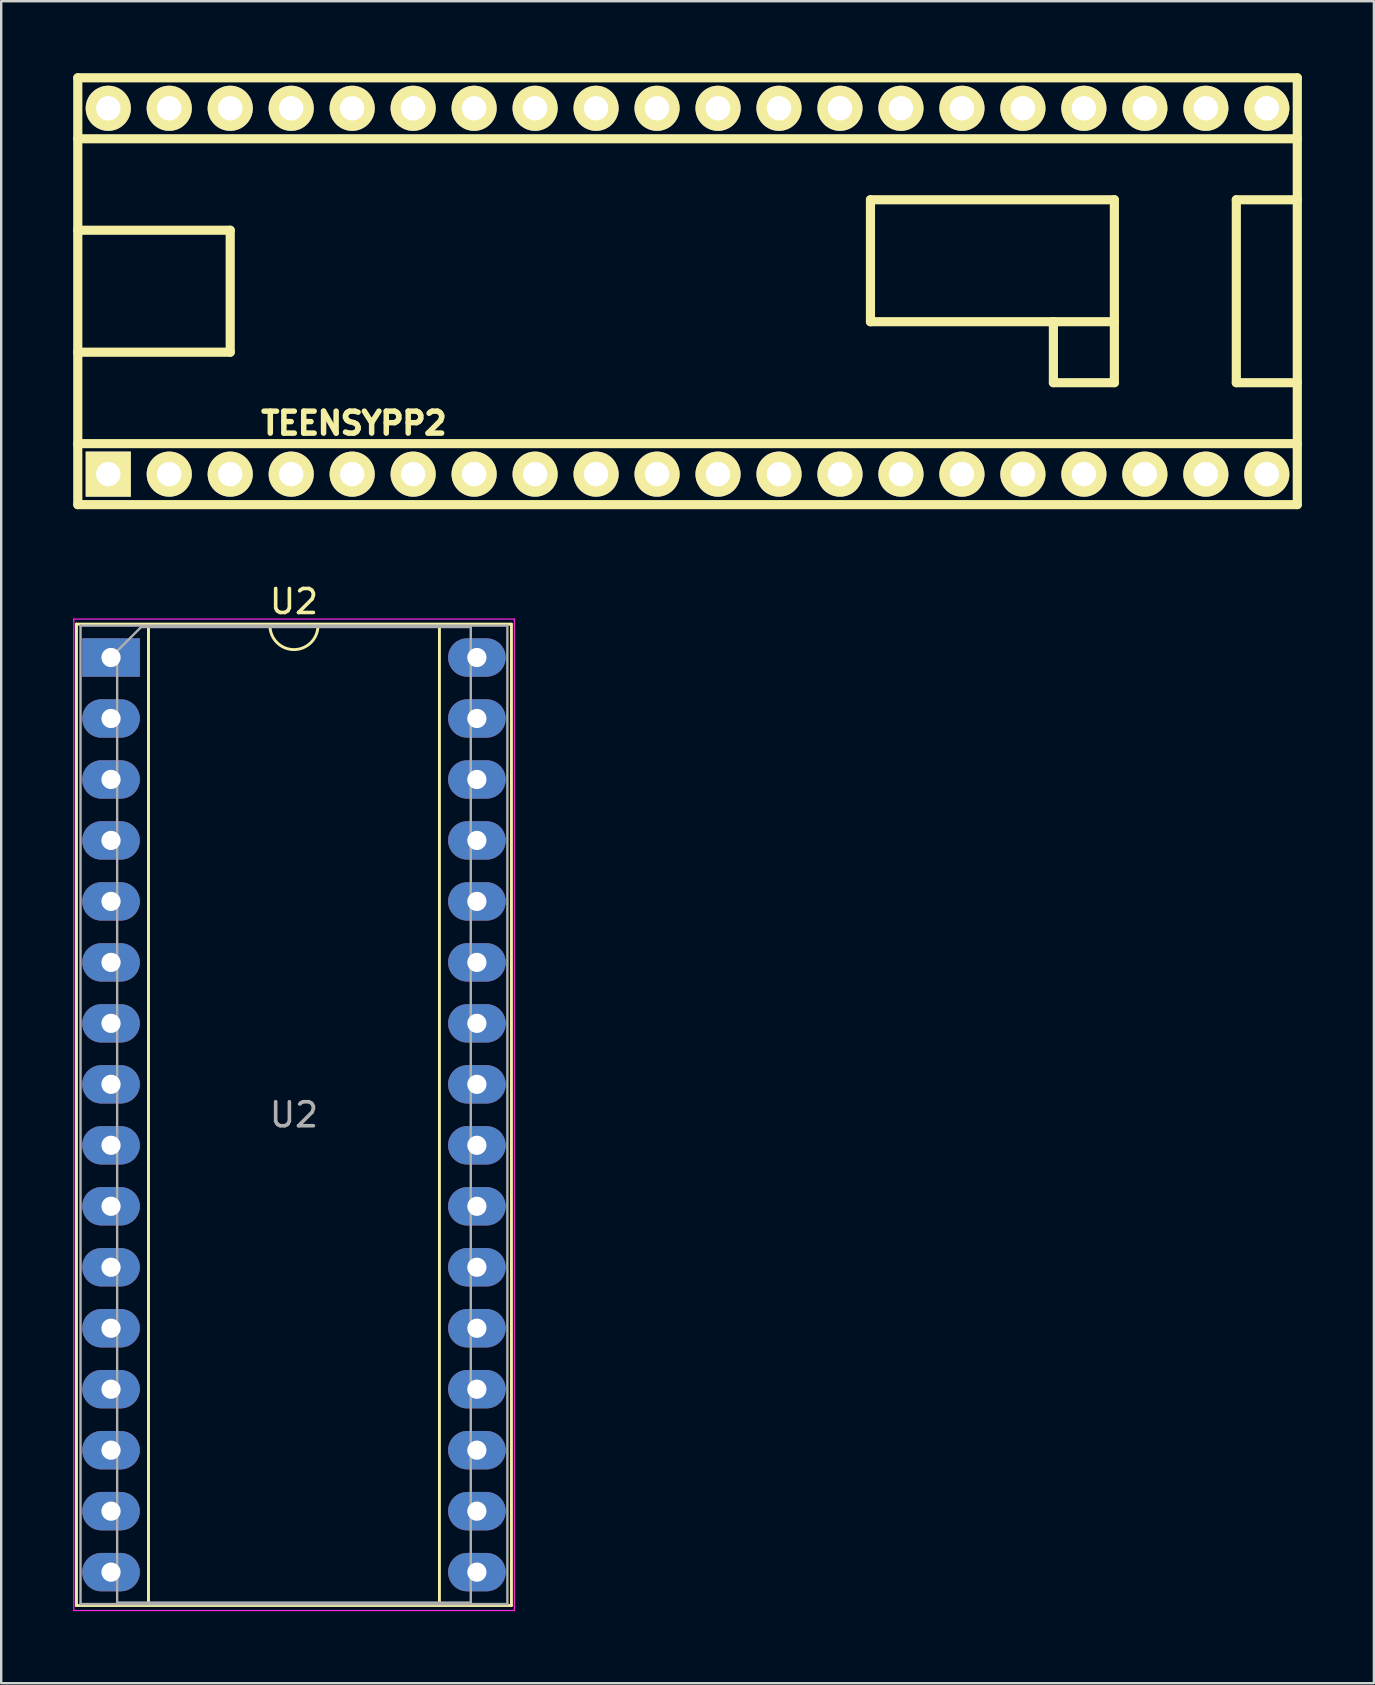
<source format=kicad_pcb>
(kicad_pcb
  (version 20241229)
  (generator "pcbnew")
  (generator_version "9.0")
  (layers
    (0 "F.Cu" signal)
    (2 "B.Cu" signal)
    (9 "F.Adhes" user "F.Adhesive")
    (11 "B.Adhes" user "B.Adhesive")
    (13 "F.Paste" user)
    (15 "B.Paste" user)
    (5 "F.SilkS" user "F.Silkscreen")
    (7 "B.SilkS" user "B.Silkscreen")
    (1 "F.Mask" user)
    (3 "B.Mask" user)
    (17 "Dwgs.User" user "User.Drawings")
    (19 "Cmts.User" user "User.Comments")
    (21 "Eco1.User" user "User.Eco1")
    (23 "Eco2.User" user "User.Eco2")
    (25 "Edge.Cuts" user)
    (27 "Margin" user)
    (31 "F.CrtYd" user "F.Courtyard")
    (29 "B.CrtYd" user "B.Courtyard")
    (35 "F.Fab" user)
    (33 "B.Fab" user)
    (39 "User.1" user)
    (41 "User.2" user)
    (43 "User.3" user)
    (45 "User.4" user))
  (footprint "U2"
    (layer "F.Cu")
    (at 1.575 24.339)
    (property "Reference" "U2" (at 7.62 -2.33 0) (layer "F.SilkS") (effects (font (size 1 1) (thickness 0.15))))
    (attr through_hole)
    (fp_line (start -1.44 -1.39) (end -1.44 39.49) (stroke (width 0.12) (type solid)) (layer "F.SilkS"))
    (fp_line (start -1.44 39.49) (end 16.68 39.49) (stroke (width 0.12) (type solid)) (layer "F.SilkS"))
    (fp_line (start 1.56 -1.33) (end 1.56 39.43) (stroke (width 0.12) (type solid)) (layer "F.SilkS"))
    (fp_line (start 1.56 39.43) (end 13.68 39.43) (stroke (width 0.12) (type solid)) (layer "F.SilkS"))
    (fp_line (start 6.62 -1.33) (end 1.56 -1.33) (stroke (width 0.12) (type solid)) (layer "F.SilkS"))
    (fp_line (start 13.68 -1.33) (end 8.62 -1.33) (stroke (width 0.12) (type solid)) (layer "F.SilkS"))
    (fp_line (start 13.68 39.43) (end 13.68 -1.33) (stroke (width 0.12) (type solid)) (layer "F.SilkS"))
    (fp_line (start 16.68 -1.39) (end -1.44 -1.39) (stroke (width 0.12) (type solid)) (layer "F.SilkS"))
    (fp_line (start 16.68 39.49) (end 16.68 -1.39) (stroke (width 0.12) (type solid)) (layer "F.SilkS"))
    (fp_arc (start 8.62 -1.33) (mid 7.62 -0.33) (end 6.62 -1.33) (stroke (width 0.12) (type solid)) (layer "F.SilkS"))
    (fp_line (start -1.55 -1.6) (end -1.55 39.7) (stroke (width 0.05) (type solid)) (layer "F.CrtYd"))
    (fp_line (start -1.55 39.7) (end 16.8 39.7) (stroke (width 0.05) (type solid)) (layer "F.CrtYd"))
    (fp_line (start 16.8 -1.6) (end -1.55 -1.6) (stroke (width 0.05) (type solid)) (layer "F.CrtYd"))
    (fp_line (start 16.8 39.7) (end 16.8 -1.6) (stroke (width 0.05) (type solid)) (layer "F.CrtYd"))
    (fp_line (start -1.27 -1.33) (end -1.27 39.43) (stroke (width 0.1) (type solid)) (layer "F.Fab"))
    (fp_line (start -1.27 39.43) (end 16.51 39.43) (stroke (width 0.1) (type solid)) (layer "F.Fab"))
    (fp_line (start 0.255 -0.27) (end 1.255 -1.27) (stroke (width 0.1) (type solid)) (layer "F.Fab"))
    (fp_line (start 0.255 39.37) (end 0.255 -0.27) (stroke (width 0.1) (type solid)) (layer "F.Fab"))
    (fp_line (start 1.255 -1.27) (end 14.985 -1.27) (stroke (width 0.1) (type solid)) (layer "F.Fab"))
    (fp_line (start 14.985 -1.27) (end 14.985 39.37) (stroke (width 0.1) (type solid)) (layer "F.Fab"))
    (fp_line (start 14.985 39.37) (end 0.255 39.37) (stroke (width 0.1) (type solid)) (layer "F.Fab"))
    (fp_line (start 16.51 -1.33) (end -1.27 -1.33) (stroke (width 0.1) (type solid)) (layer "F.Fab"))
    (fp_line (start 16.51 39.43) (end 16.51 -1.33) (stroke (width 0.1) (type solid)) (layer "F.Fab"))
    (fp_text user "${REFERENCE}" (at 7.62 19.05 0) (layer "F.Fab") (effects (font (size 1 1) (thickness 0.15))))
    (pad "1" thru_hole rect (at 0 0) (size 2.4 1.6) (drill 0.8) (layers "*.Cu" "*.Mask"))
    (pad "2" thru_hole oval (at 0 2.54) (size 2.4 1.6) (drill 0.8) (layers "*.Cu" "*.Mask"))
    (pad "3" thru_hole oval (at 0 5.08) (size 2.4 1.6) (drill 0.8) (layers "*.Cu" "*.Mask"))
    (pad "4" thru_hole oval (at 0 7.62) (size 2.4 1.6) (drill 0.8) (layers "*.Cu" "*.Mask"))
    (pad "5" thru_hole oval (at 0 10.16) (size 2.4 1.6) (drill 0.8) (layers "*.Cu" "*.Mask"))
    (pad "6" thru_hole oval (at 0 12.7) (size 2.4 1.6) (drill 0.8) (layers "*.Cu" "*.Mask"))
    (pad "7" thru_hole oval (at 0 15.24) (size 2.4 1.6) (drill 0.8) (layers "*.Cu" "*.Mask"))
    (pad "8" thru_hole oval (at 0 17.78) (size 2.4 1.6) (drill 0.8) (layers "*.Cu" "*.Mask"))
    (pad "9" thru_hole oval (at 0 20.32) (size 2.4 1.6) (drill 0.8) (layers "*.Cu" "*.Mask"))
    (pad "10" thru_hole oval (at 0 22.86) (size 2.4 1.6) (drill 0.8) (layers "*.Cu" "*.Mask"))
    (pad "11" thru_hole oval (at 0 25.4) (size 2.4 1.6) (drill 0.8) (layers "*.Cu" "*.Mask"))
    (pad "12" thru_hole oval (at 0 27.94) (size 2.4 1.6) (drill 0.8) (layers "*.Cu" "*.Mask"))
    (pad "13" thru_hole oval (at 0 30.48) (size 2.4 1.6) (drill 0.8) (layers "*.Cu" "*.Mask"))
    (pad "14" thru_hole oval (at 0 33.02) (size 2.4 1.6) (drill 0.8) (layers "*.Cu" "*.Mask"))
    (pad "15" thru_hole oval (at 0 35.56) (size 2.4 1.6) (drill 0.8) (layers "*.Cu" "*.Mask"))
    (pad "16" thru_hole oval (at 0 38.1) (size 2.4 1.6) (drill 0.8) (layers "*.Cu" "*.Mask"))
    (pad "17" thru_hole oval (at 15.24 38.1) (size 2.4 1.6) (drill 0.8) (layers "*.Cu" "*.Mask"))
    (pad "18" thru_hole oval (at 15.24 35.56) (size 2.4 1.6) (drill 0.8) (layers "*.Cu" "*.Mask"))
    (pad "19" thru_hole oval (at 15.24 33.02) (size 2.4 1.6) (drill 0.8) (layers "*.Cu" "*.Mask"))
    (pad "20" thru_hole oval (at 15.24 30.48) (size 2.4 1.6) (drill 0.8) (layers "*.Cu" "*.Mask"))
    (pad "21" thru_hole oval (at 15.24 27.94) (size 2.4 1.6) (drill 0.8) (layers "*.Cu" "*.Mask"))
    (pad "22" thru_hole oval (at 15.24 25.4) (size 2.4 1.6) (drill 0.8) (layers "*.Cu" "*.Mask"))
    (pad "23" thru_hole oval (at 15.24 22.86) (size 2.4 1.6) (drill 0.8) (layers "*.Cu" "*.Mask"))
    (pad "24" thru_hole oval (at 15.24 20.32) (size 2.4 1.6) (drill 0.8) (layers "*.Cu" "*.Mask"))
    (pad "25" thru_hole oval (at 15.24 17.78) (size 2.4 1.6) (drill 0.8) (layers "*.Cu" "*.Mask"))
    (pad "26" thru_hole oval (at 15.24 15.24) (size 2.4 1.6) (drill 0.8) (layers "*.Cu" "*.Mask"))
    (pad "27" thru_hole oval (at 15.24 12.7) (size 2.4 1.6) (drill 0.8) (layers "*.Cu" "*.Mask"))
    (pad "28" thru_hole oval (at 15.24 10.16) (size 2.4 1.6) (drill 0.8) (layers "*.Cu" "*.Mask"))
    (pad "29" thru_hole oval (at 15.24 7.62) (size 2.4 1.6) (drill 0.8) (layers "*.Cu" "*.Mask"))
    (pad "30" thru_hole oval (at 15.24 5.08) (size 2.4 1.6) (drill 0.8) (layers "*.Cu" "*.Mask"))
    (pad "31" thru_hole oval (at 15.24 2.54) (size 2.4 1.6) (drill 0.8) (layers "*.Cu" "*.Mask"))
    (pad "32" thru_hole oval (at 15.24 0) (size 2.4 1.6) (drill 0.8) (layers "*.Cu" "*.Mask")))
  (footprint "TEENSYPP2"
    (layer "F.Cu")
    (at 25.59 9.081)
    (property "Reference" "TEENSYPP2" (at -13.899 5.499 0) (layer "F.SilkS") (effects (font (size 0.914 0.914) (thickness 0.229))))
    (attr through_hole)
    (fp_line (start -25.4 -8.89) (end 25.4 -8.89) (stroke (width 0.381) (type solid)) (layer "F.SilkS"))
    (fp_line (start -25.4 -6.35) (end 25.4 -6.35) (stroke (width 0.381) (type solid)) (layer "F.SilkS"))
    (fp_line (start -25.4 -2.54) (end -19.05 -2.54) (stroke (width 0.381) (type solid)) (layer "F.SilkS"))
    (fp_line (start -25.4 8.89) (end -25.4 -8.89) (stroke (width 0.381) (type solid)) (layer "F.SilkS"))
    (fp_line (start -19.05 -2.54) (end -19.05 2.54) (stroke (width 0.381) (type solid)) (layer "F.SilkS"))
    (fp_line (start -19.05 2.54) (end -25.4 2.54) (stroke (width 0.381) (type solid)) (layer "F.SilkS"))
    (fp_line (start 7.62 -3.81) (end 17.78 -3.81) (stroke (width 0.381) (type solid)) (layer "F.SilkS"))
    (fp_line (start 7.62 1.27) (end 7.62 -3.81) (stroke (width 0.381) (type solid)) (layer "F.SilkS"))
    (fp_line (start 15.24 1.27) (end 7.62 1.27) (stroke (width 0.381) (type solid)) (layer "F.SilkS"))
    (fp_line (start 15.24 1.27) (end 17.78 1.27) (stroke (width 0.381) (type solid)) (layer "F.SilkS"))
    (fp_line (start 15.24 3.81) (end 15.24 1.27) (stroke (width 0.381) (type solid)) (layer "F.SilkS"))
    (fp_line (start 17.78 -3.81) (end 17.78 3.81) (stroke (width 0.381) (type solid)) (layer "F.SilkS"))
    (fp_line (start 17.78 3.81) (end 15.24 3.81) (stroke (width 0.381) (type solid)) (layer "F.SilkS"))
    (fp_line (start 22.86 -3.81) (end 22.86 3.81) (stroke (width 0.381) (type solid)) (layer "F.SilkS"))
    (fp_line (start 22.86 3.81) (end 25.4 3.81) (stroke (width 0.381) (type solid)) (layer "F.SilkS"))
    (fp_line (start 25.4 -8.89) (end 25.4 8.89) (stroke (width 0.381) (type solid)) (layer "F.SilkS"))
    (fp_line (start 25.4 -3.81) (end 22.86 -3.81) (stroke (width 0.381) (type solid)) (layer "F.SilkS"))
    (fp_line (start 25.4 6.35) (end -25.4 6.35) (stroke (width 0.381) (type solid)) (layer "F.SilkS"))
    (fp_line (start 25.4 8.89) (end -25.4 8.89) (stroke (width 0.381) (type solid)) (layer "F.SilkS"))
    (pad "1" thru_hole rect (at -24.13 7.62) (size 1.88 1.88) (drill 1.016) (layers "*.Cu" "*.Mask" "F.SilkS"))
    (pad "2" thru_hole circle (at -21.59 7.62) (size 1.88 1.88) (drill 1.016) (layers "*.Cu" "*.Mask" "F.SilkS"))
    (pad "3" thru_hole circle (at -19.05 7.62) (size 1.88 1.88) (drill 1.016) (layers "*.Cu" "*.Mask" "F.SilkS"))
    (pad "4" thru_hole circle (at -16.51 7.62) (size 1.88 1.88) (drill 1.016) (layers "*.Cu" "*.Mask" "F.SilkS"))
    (pad "5" thru_hole circle (at -13.97 7.62) (size 1.88 1.88) (drill 1.016) (layers "*.Cu" "*.Mask" "F.SilkS"))
    (pad "6" thru_hole circle (at -11.43 7.62) (size 1.88 1.88) (drill 1.016) (layers "*.Cu" "*.Mask" "F.SilkS"))
    (pad "7" thru_hole circle (at -8.89 7.62) (size 1.88 1.88) (drill 1.016) (layers "*.Cu" "*.Mask" "F.SilkS"))
    (pad "8" thru_hole circle (at -6.35 7.62) (size 1.88 1.88) (drill 1.016) (layers "*.Cu" "*.Mask" "F.SilkS"))
    (pad "9" thru_hole circle (at -3.81 7.62) (size 1.88 1.88) (drill 1.016) (layers "*.Cu" "*.Mask" "F.SilkS"))
    (pad "10" thru_hole circle (at -1.27 7.62) (size 1.88 1.88) (drill 1.016) (layers "*.Cu" "*.Mask" "F.SilkS"))
    (pad "11" thru_hole circle (at 1.27 7.62) (size 1.88 1.88) (drill 1.016) (layers "*.Cu" "*.Mask" "F.SilkS"))
    (pad "12" thru_hole circle (at 3.81 7.62) (size 1.88 1.88) (drill 1.016) (layers "*.Cu" "*.Mask" "F.SilkS"))
    (pad "13" thru_hole circle (at 6.35 7.62) (size 1.88 1.88) (drill 1.016) (layers "*.Cu" "*.Mask" "F.SilkS"))
    (pad "14" thru_hole circle (at 8.89 7.62) (size 1.88 1.88) (drill 1.016) (layers "*.Cu" "*.Mask" "F.SilkS"))
    (pad "15" thru_hole circle (at 11.43 7.62) (size 1.88 1.88) (drill 1.016) (layers "*.Cu" "*.Mask" "F.SilkS"))
    (pad "16" thru_hole circle (at 13.97 7.62) (size 1.88 1.88) (drill 1.016) (layers "*.Cu" "*.Mask" "F.SilkS"))
    (pad "17" thru_hole circle (at 16.51 7.62) (size 1.88 1.88) (drill 1.016) (layers "*.Cu" "*.Mask" "F.SilkS"))
    (pad "18" thru_hole circle (at 19.05 7.62) (size 1.88 1.88) (drill 1.016) (layers "*.Cu" "*.Mask" "F.SilkS"))
    (pad "19" thru_hole circle (at 21.59 7.62) (size 1.88 1.88) (drill 1.016) (layers "*.Cu" "*.Mask" "F.SilkS"))
    (pad "20" thru_hole circle (at 24.13 7.62) (size 1.88 1.88) (drill 1.016) (layers "*.Cu" "*.Mask" "F.SilkS"))
    (pad "33" thru_hole circle (at 24.13 -7.62) (size 1.88 1.88) (drill 1.016) (layers "*.Cu" "*.Mask" "F.SilkS"))
    (pad "34" thru_hole circle (at 21.59 -7.62) (size 1.88 1.88) (drill 1.016) (layers "*.Cu" "*.Mask" "F.SilkS"))
    (pad "35" thru_hole circle (at 19.05 -7.62) (size 1.88 1.88) (drill 1.016) (layers "*.Cu" "*.Mask" "F.SilkS"))
    (pad "36" thru_hole circle (at 16.51 -7.62) (size 1.88 1.88) (drill 1.016) (layers "*.Cu" "*.Mask" "F.SilkS"))
    (pad "37" thru_hole circle (at 13.97 -7.62) (size 1.88 1.88) (drill 1.016) (layers "*.Cu" "*.Mask" "F.SilkS"))
    (pad "38" thru_hole circle (at 11.43 -7.62) (size 1.88 1.88) (drill 1.016) (layers "*.Cu" "*.Mask" "F.SilkS"))
    (pad "39" thru_hole circle (at 8.89 -7.62) (size 1.88 1.88) (drill 1.016) (layers "*.Cu" "*.Mask" "F.SilkS"))
    (pad "40" thru_hole circle (at 6.35 -7.62) (size 1.88 1.88) (drill 1.016) (layers "*.Cu" "*.Mask" "F.SilkS"))
    (pad "41" thru_hole circle (at 3.81 -7.62) (size 1.88 1.88) (drill 1.016) (layers "*.Cu" "*.Mask" "F.SilkS"))
    (pad "42" thru_hole circle (at 1.27 -7.62) (size 1.88 1.88) (drill 1.016) (layers "*.Cu" "*.Mask" "F.SilkS"))
    (pad "43" thru_hole circle (at -1.27 -7.62) (size 1.88 1.88) (drill 1.016) (layers "*.Cu" "*.Mask" "F.SilkS"))
    (pad "44" thru_hole circle (at -3.81 -7.62) (size 1.88 1.88) (drill 1.016) (layers "*.Cu" "*.Mask" "F.SilkS"))
    (pad "45" thru_hole circle (at -6.35 -7.62) (size 1.88 1.88) (drill 1.016) (layers "*.Cu" "*.Mask" "F.SilkS"))
    (pad "46" thru_hole circle (at -8.89 -7.62) (size 1.88 1.88) (drill 1.016) (layers "*.Cu" "*.Mask" "F.SilkS"))
    (pad "47" thru_hole circle (at -11.43 -7.62) (size 1.88 1.88) (drill 1.016) (layers "*.Cu" "*.Mask" "F.SilkS"))
    (pad "48" thru_hole circle (at -13.97 -7.62) (size 1.88 1.88) (drill 1.016) (layers "*.Cu" "*.Mask" "F.SilkS"))
    (pad "49" thru_hole circle (at -16.51 -7.62) (size 1.88 1.88) (drill 1.016) (layers "*.Cu" "*.Mask" "F.SilkS"))
    (pad "50" thru_hole circle (at -19.05 -7.62) (size 1.88 1.88) (drill 1.016) (layers "*.Cu" "*.Mask" "F.SilkS"))
    (pad "51" thru_hole circle (at -21.59 -7.62) (size 1.88 1.88) (drill 1.016) (layers "*.Cu" "*.Mask" "F.SilkS"))
    (pad "52" thru_hole circle (at -24.13 -7.62) (size 1.88 1.88) (drill 1.016) (layers "*.Cu" "*.Mask" "F.SilkS")))
  (gr_rect
    (start -3 -3)
    (end 54.181 67.064)
    (stroke (width 0.1) (type default))
    (fill no)
    (layer "Edge.Cuts")))
</source>
